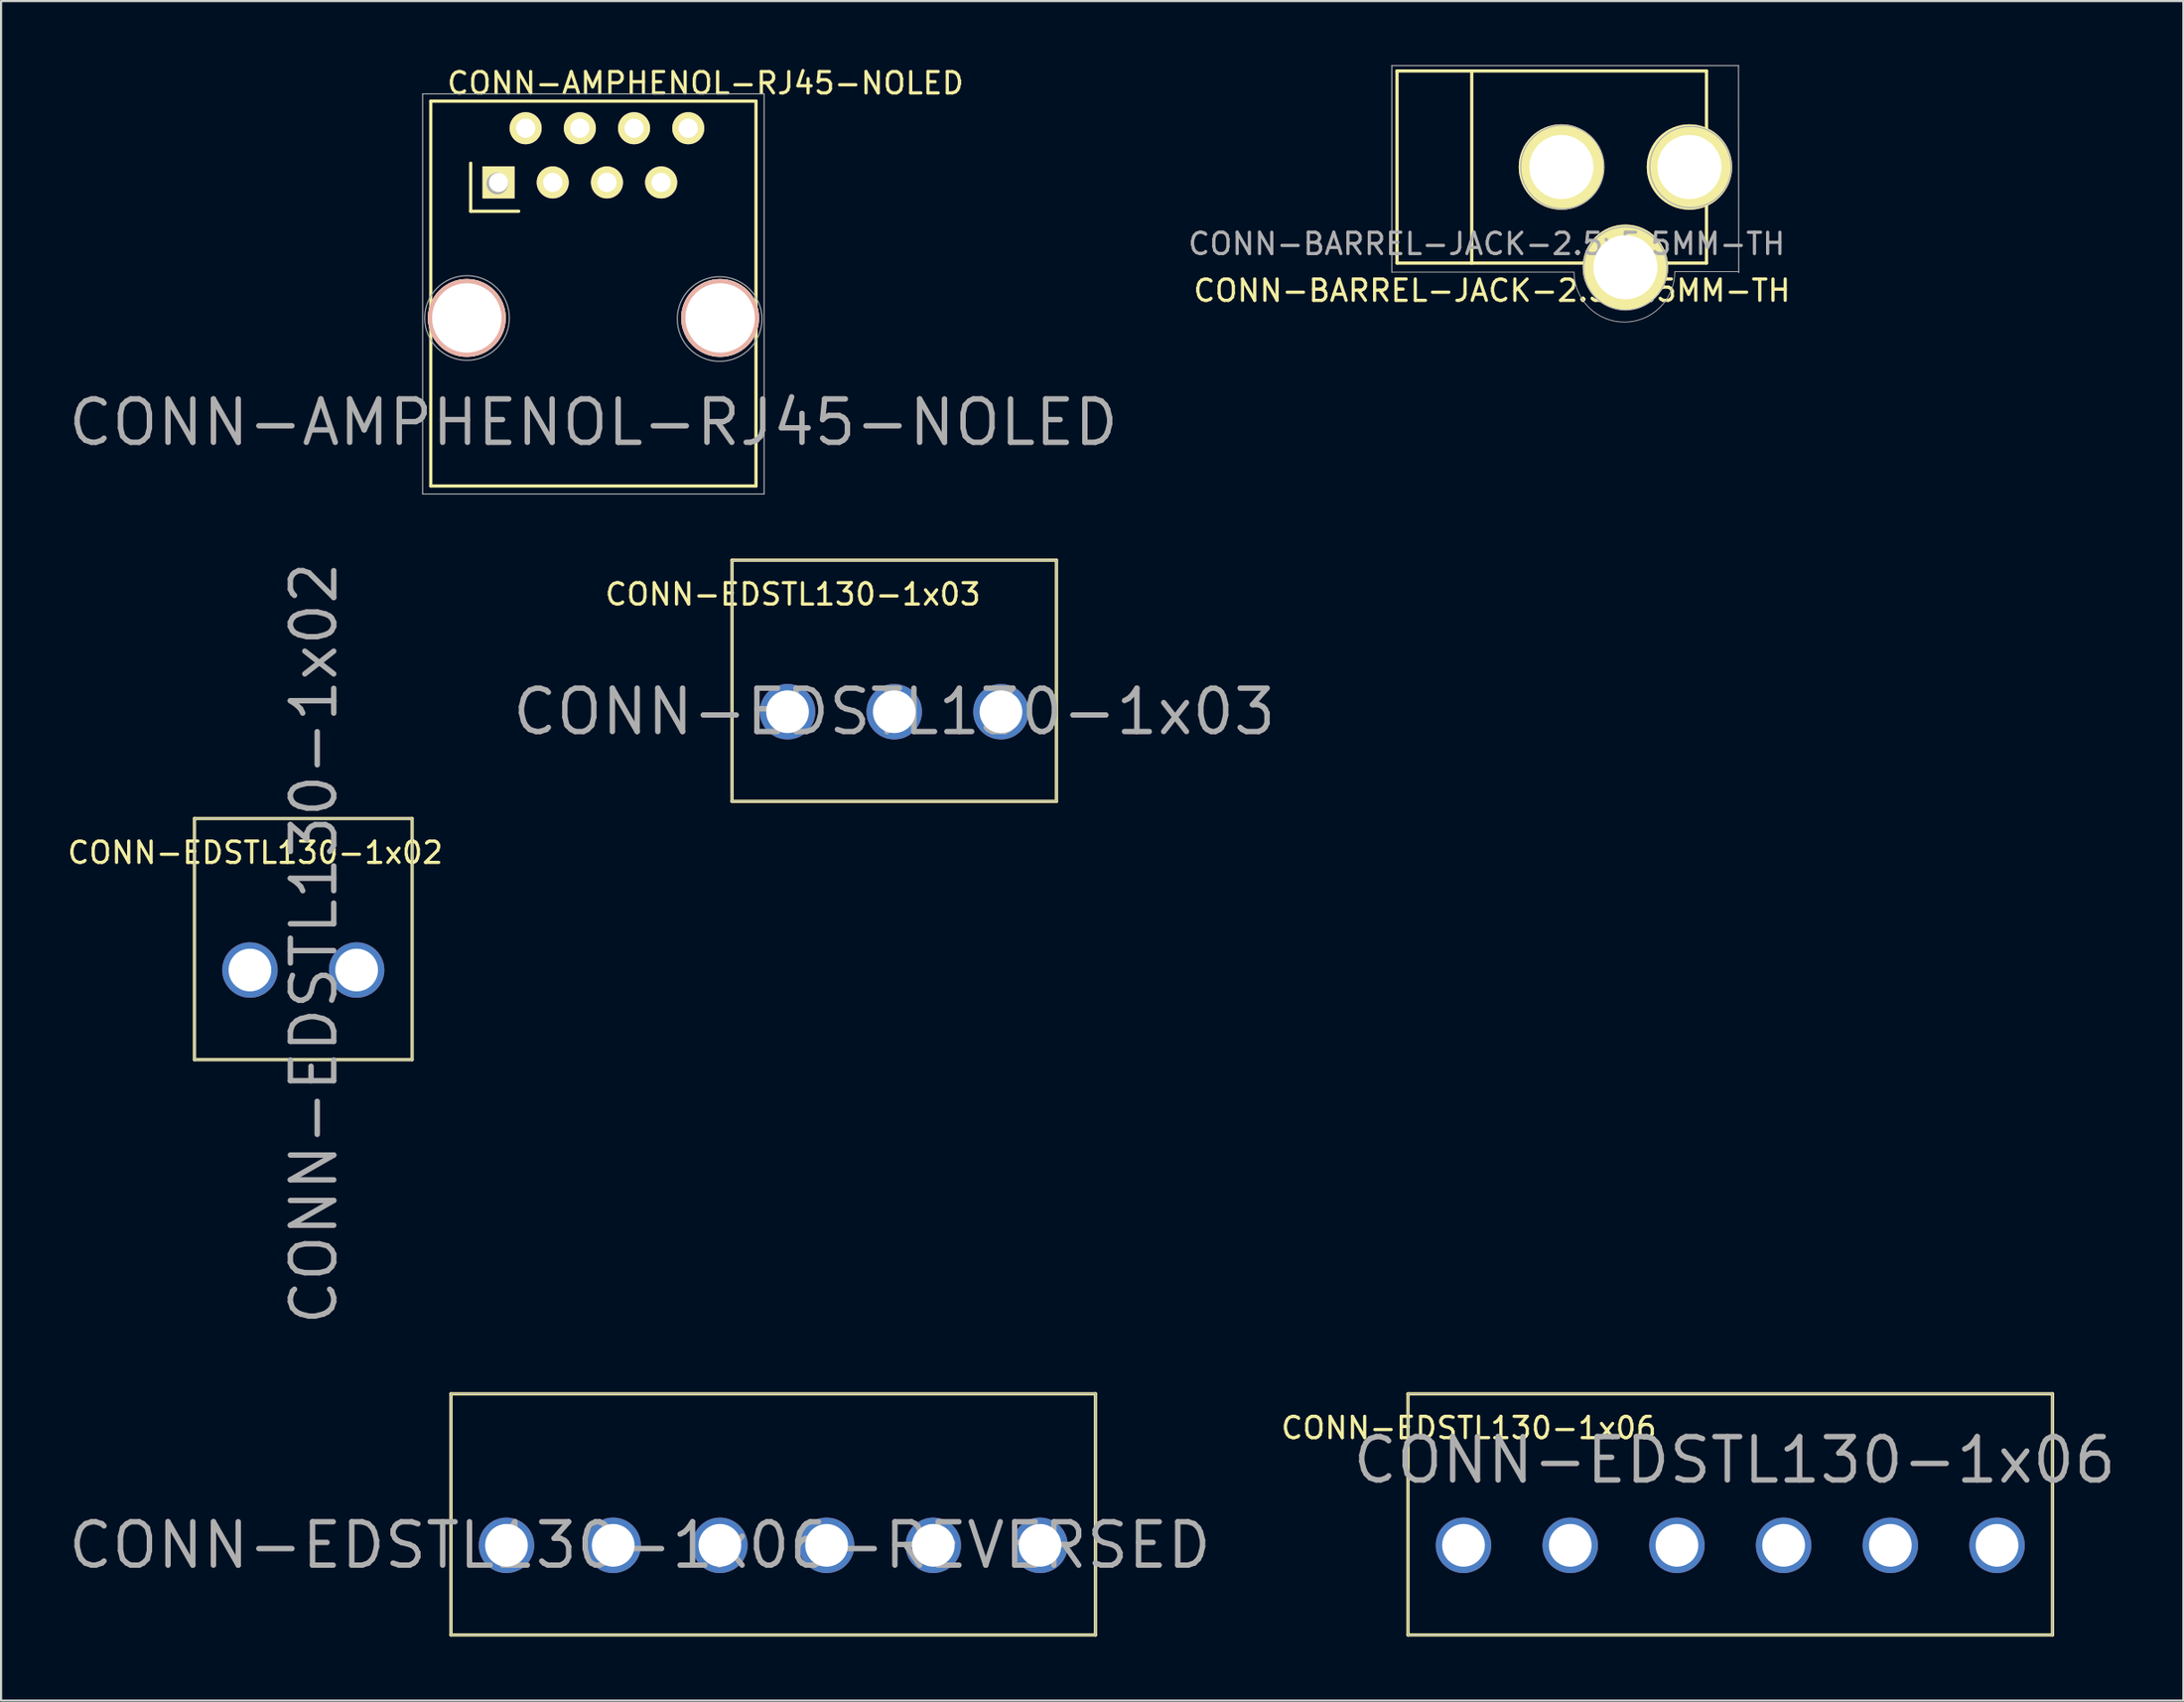
<source format=kicad_pcb>
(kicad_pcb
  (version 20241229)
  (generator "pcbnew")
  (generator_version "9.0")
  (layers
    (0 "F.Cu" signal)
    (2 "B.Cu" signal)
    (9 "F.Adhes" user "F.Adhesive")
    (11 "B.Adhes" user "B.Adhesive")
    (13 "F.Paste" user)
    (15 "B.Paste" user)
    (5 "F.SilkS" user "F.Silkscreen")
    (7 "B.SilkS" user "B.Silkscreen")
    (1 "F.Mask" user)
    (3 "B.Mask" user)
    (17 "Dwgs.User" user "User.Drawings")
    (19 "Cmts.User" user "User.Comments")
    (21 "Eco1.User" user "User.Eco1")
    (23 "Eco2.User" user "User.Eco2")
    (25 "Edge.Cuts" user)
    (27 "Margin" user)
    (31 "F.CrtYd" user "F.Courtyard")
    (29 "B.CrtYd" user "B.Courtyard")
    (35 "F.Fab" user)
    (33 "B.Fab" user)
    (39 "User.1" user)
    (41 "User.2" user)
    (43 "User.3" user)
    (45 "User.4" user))
  (footprint "CONN-EDSTL130-1x06-REVERSED"
    (layer "F.Cu")
    (at 32.747 67.911)
    (property "Reference" "CONN-EDSTL130-1x06-REVERSED" (at -5.815 1.45 0) (layer "F.Fab") (effects (font (size 2.032 2.032) (thickness 0.254))))
    (attr smd)
    (fp_line (start -14.665 -5.65) (end -14.665 5.65) (stroke (width 0.152) (type solid)) (layer "F.SilkS"))
    (fp_line (start -14.665 5.65) (end 15.535 5.65) (stroke (width 0.152) (type solid)) (layer "F.SilkS"))
    (fp_line (start 15.535 -5.65) (end -14.665 -5.65) (stroke (width 0.152) (type solid)) (layer "F.SilkS"))
    (fp_line (start 15.535 -5.65) (end 15.535 5.65) (stroke (width 0.152) (type solid)) (layer "F.SilkS"))
    (fp_line (start -14.665 -5.65) (end -14.665 5.65) (stroke (width 0.051) (type solid)) (layer "F.Fab"))
    (fp_line (start -14.665 5.65) (end 15.535 5.65) (stroke (width 0.051) (type solid)) (layer "F.Fab"))
    (fp_line (start 15.535 -5.65) (end -14.665 -5.65) (stroke (width 0.051) (type solid)) (layer "F.Fab"))
    (fp_line (start 15.535 -5.65) (end 15.535 5.65) (stroke (width 0.051) (type solid)) (layer "F.Fab"))
    (pad "1" thru_hole circle (at 12.935 1.45) (size 2.6 2.6) (drill 2) (layers "*.Cu" "*.Mask"))
    (pad "2" thru_hole circle (at 7.935 1.45) (size 2.6 2.6) (drill 2) (layers "*.Cu" "*.Mask"))
    (pad "3" thru_hole circle (at 2.935 1.45) (size 2.6 2.6) (drill 2) (layers "*.Cu" "*.Mask"))
    (pad "4" thru_hole circle (at -2.065 1.45) (size 2.6 2.6) (drill 2) (layers "*.Cu" "*.Mask"))
    (pad "5" thru_hole circle (at -7.065 1.45) (size 2.6 2.6) (drill 2) (layers "*.Cu" "*.Mask"))
    (pad "6" thru_hole circle (at -12.065 1.45) (size 2.6 2.6) (drill 2) (layers "*.Cu" "*.Mask")))
  (footprint "CONN-BARREL-JACK-2.5x5.5MM-TH"
    (layer "F.Cu")
    (at 76.112 4.876)
    (property "Reference" "CONN-BARREL-JACK-2.5x5.5MM-TH" (at -9.5 3.5 0) (layer "F.Fab") (effects (font (size 1 1) (thickness 0.15))))
    (attr smd)
    (fp_line (start -13.701 -4.601) (end -13.701 4.401) (stroke (width 0.15) (type solid)) (layer "F.SilkS"))
    (fp_line (start -13.701 4.401) (end 0.8 4.401) (stroke (width 0.15) (type solid)) (layer "F.SilkS"))
    (fp_line (start -10.2 -4.601) (end -10.2 4.401) (stroke (width 0.15) (type solid)) (layer "F.SilkS"))
    (fp_line (start 0.8 -4.601) (end -13.701 -4.601) (stroke (width 0.15) (type solid)) (layer "F.SilkS"))
    (fp_line (start 0.8 4.401) (end 0.8 -4.601) (stroke (width 0.15) (type solid)) (layer "F.SilkS"))
    (fp_line (start -13.945 -4.851) (end -13.945 4.826) (stroke (width 0.05) (type solid)) (layer "F.Fab"))
    (fp_line (start -13.945 4.826) (end -5.41 4.826) (stroke (width 0.041) (type solid)) (layer "F.Fab"))
    (fp_line (start -0.686 4.801) (end 2.311 4.801) (stroke (width 0.041) (type solid)) (layer "F.Fab"))
    (fp_line (start 2.3 -4.851) (end -13.945 -4.851) (stroke (width 0.05) (type solid)) (layer "F.Fab"))
    (fp_line (start 2.311 4.849) (end 2.3 -4.851) (stroke (width 0.05) (type solid)) (layer "F.Fab"))
    (fp_arc (start -0.6858 4.8006) (mid -3.035301 7.162766) (end -5.410063 4.825998) (stroke (width 0.04064) (type solid)) (layer "F.Fab"))
    (fp_circle (center -5.953 -0.1) (end -4.703 1.4) (stroke (width 0.05) (type solid)) (fill no) (layer "F.Fab"))
    (fp_circle (center -3 4.65) (end -1.5 5.9) (stroke (width 0.05) (type solid)) (fill no) (layer "F.Fab"))
    (fp_circle (center 0.05 -0.1) (end 0.8 1.65) (stroke (width 0.05) (type solid)) (fill no) (layer "F.Fab"))
    (fp_text user "${REFERENCE}" (at -9.251 5.691 0) (layer "F.SilkS") (effects (font (size 1 1) (thickness 0.15))))
    (pad "1" thru_hole circle (at 0.00014 -0.1) (size 4 4) (drill 3) (layers "*.Cu" "*.Mask" "F.SilkS"))
    (pad "2" thru_hole circle (at -5.999 -0.1) (size 4 4) (drill 3) (layers "*.Cu" "*.Mask" "F.SilkS"))
    (pad "3" thru_hole circle (at -3 4.599) (size 4 4) (drill 3) (layers "*.Cu" "*.Mask" "F.SilkS")))
  (footprint "CONN-EDSTL130-1x06"
    (layer "F.Cu")
    (at 78.226 67.911)
    (property "Reference" "CONN-EDSTL130-1x06" (at 0 -2.54 0) (layer "F.Fab") (effects (font (size 2.032 2.032) (thickness 0.254))))
    (attr smd)
    (fp_line (start -15.3 -5.65) (end -15.3 5.65) (stroke (width 0.152) (type solid)) (layer "F.SilkS"))
    (fp_line (start -15.3 5.65) (end 14.9 5.65) (stroke (width 0.152) (type solid)) (layer "F.SilkS"))
    (fp_line (start 14.9 -5.65) (end -15.3 -5.65) (stroke (width 0.152) (type solid)) (layer "F.SilkS"))
    (fp_line (start 14.9 -5.65) (end 14.9 5.65) (stroke (width 0.152) (type solid)) (layer "F.SilkS"))
    (fp_line (start -15.3 -5.65) (end -15.3 5.65) (stroke (width 0.051) (type solid)) (layer "F.Fab"))
    (fp_line (start -15.3 5.65) (end 14.9 5.65) (stroke (width 0.051) (type solid)) (layer "F.Fab"))
    (fp_line (start 14.9 -5.65) (end -15.3 -5.65) (stroke (width 0.051) (type solid)) (layer "F.Fab"))
    (fp_line (start 14.9 -5.65) (end 14.9 5.65) (stroke (width 0.051) (type solid)) (layer "F.Fab"))
    (fp_text user "${REFERENCE}" (at -12.45 -4.05 0) (layer "F.SilkS") (effects (font (size 1 1) (thickness 0.15))))
    (pad "1" thru_hole circle (at -12.7 1.45) (size 2.6 2.6) (drill 2) (layers "*.Cu" "*.Mask"))
    (pad "2" thru_hole circle (at -7.7 1.45) (size 2.6 2.6) (drill 2) (layers "*.Cu" "*.Mask"))
    (pad "3" thru_hole circle (at -2.7 1.45) (size 2.6 2.6) (drill 2) (layers "*.Cu" "*.Mask"))
    (pad "4" thru_hole circle (at 2.3 1.45) (size 2.6 2.6) (drill 2) (layers "*.Cu" "*.Mask"))
    (pad "5" thru_hole circle (at 7.3 1.45) (size 2.6 2.6) (drill 2) (layers "*.Cu" "*.Mask"))
    (pad "6" thru_hole circle (at 12.3 1.45) (size 2.6 2.6) (drill 2) (layers "*.Cu" "*.Mask")))
  (footprint "CONN-EDSTL130-1x03"
    (layer "F.Cu")
    (at 38.852 28.85)
    (property "Reference" "CONN-EDSTL130-1x03" (at 0 1.45 0) (layer "F.Fab") (effects (font (size 2.032 2.032) (thickness 0.254))))
    (attr smd)
    (fp_line (start -7.6 -5.65) (end -7.6 5.65) (stroke (width 0.152) (type solid)) (layer "F.SilkS"))
    (fp_line (start -7.6 5.65) (end 7.6 5.65) (stroke (width 0.152) (type solid)) (layer "F.SilkS"))
    (fp_line (start 7.6 -5.65) (end -7.6 -5.65) (stroke (width 0.152) (type solid)) (layer "F.SilkS"))
    (fp_line (start 7.6 -5.65) (end 7.6 5.65) (stroke (width 0.152) (type solid)) (layer "F.SilkS"))
    (fp_line (start -7.6 -5.65) (end -7.6 5.65) (stroke (width 0.051) (type solid)) (layer "F.Fab"))
    (fp_line (start -7.6 5.65) (end 7.6 5.65) (stroke (width 0.051) (type solid)) (layer "F.Fab"))
    (fp_line (start 7.6 -5.65) (end -7.6 -5.65) (stroke (width 0.051) (type solid)) (layer "F.Fab"))
    (fp_line (start 7.6 -5.65) (end 7.6 5.65) (stroke (width 0.051) (type solid)) (layer "F.Fab"))
    (fp_text user "${REFERENCE}" (at -4.75 -4.05 0) (layer "F.SilkS") (effects (font (size 1 1) (thickness 0.15))))
    (pad "1" thru_hole circle (at -5 1.45) (size 2.6 2.6) (drill 2) (layers "*.Cu" "*.Mask"))
    (pad "2" thru_hole circle (at 0 1.45) (size 2.6 2.6) (drill 2) (layers "*.Cu" "*.Mask"))
    (pad "3" thru_hole circle (at 5 1.45) (size 2.6 2.6) (drill 2) (layers "*.Cu" "*.Mask")))
  (footprint "CONN-EDSTL130-1x02"
    (layer "F.Cu")
    (at 11.201 40.954)
    (property "Reference" "CONN-EDSTL130-1x02" (at 0.46 0.2 90) (layer "F.Fab") (effects (font (size 2.032 2.032) (thickness 0.254))))
    (attr smd)
    (fp_line (start -5.14 -5.65) (end -5.14 5.65) (stroke (width 0.152) (type solid)) (layer "F.SilkS"))
    (fp_line (start -5.14 5.65) (end 5.06 5.65) (stroke (width 0.152) (type solid)) (layer "F.SilkS"))
    (fp_line (start 5.06 -5.65) (end -5.14 -5.65) (stroke (width 0.152) (type solid)) (layer "F.SilkS"))
    (fp_line (start 5.06 -5.65) (end 5.06 5.65) (stroke (width 0.152) (type solid)) (layer "F.SilkS"))
    (fp_line (start -5.14 -5.65) (end -5.14 5.65) (stroke (width 0.051) (type solid)) (layer "F.Fab"))
    (fp_line (start -5.14 5.65) (end 5.06 5.65) (stroke (width 0.051) (type solid)) (layer "F.Fab"))
    (fp_line (start 5.06 -5.65) (end -5.14 -5.65) (stroke (width 0.051) (type solid)) (layer "F.Fab"))
    (fp_line (start 5.06 -5.65) (end 5.06 5.65) (stroke (width 0.051) (type solid)) (layer "F.Fab"))
    (fp_text user "${REFERENCE}" (at -2.29 -4.05 0) (layer "F.SilkS") (effects (font (size 1 1) (thickness 0.15))))
    (pad "1" thru_hole circle (at -2.54 1.45) (size 2.6 2.6) (drill 2) (layers "*.Cu" "*.Mask"))
    (pad "2" thru_hole circle (at 2.46 1.45) (size 2.6 2.6) (drill 2) (layers "*.Cu" "*.Mask")))
  (footprint "CONN-AMPHENOL-RJ45-NOLED"
    (layer "F.Cu")
    (at 20.255 5.548)
    (property "Reference" "CONN-AMPHENOL-RJ45-NOLED" (at 4.5 11.2 0) (layer "F.Fab") (effects (font (size 2.032 2.032) (thickness 0.254))))
    (attr smd)
    (fp_line (start -3.12 -3.86) (end -3.12 14.174) (stroke (width 0.15) (type solid)) (layer "F.SilkS"))
    (fp_line (start -3.12 14.174) (end 12.12 14.174) (stroke (width 0.15) (type solid)) (layer "F.SilkS"))
    (fp_line (start -1.25 -0.95) (end -1.25 1.3) (stroke (width 0.152) (type solid)) (layer "F.SilkS"))
    (fp_line (start -1.25 1.3) (end 1 1.3) (stroke (width 0.152) (type solid)) (layer "F.SilkS"))
    (fp_line (start 12.12 -3.86) (end -3.12 -3.86) (stroke (width 0.15) (type solid)) (layer "F.SilkS"))
    (fp_line (start 12.12 14.174) (end 12.12 -3.86) (stroke (width 0.15) (type solid)) (layer "F.SilkS"))
    (fp_line (start -3.5 -4.2) (end -3.5 14.55) (stroke (width 0.051) (type solid)) (layer "F.Fab"))
    (fp_line (start -3.5 14.55) (end 12.5 14.55) (stroke (width 0.051) (type solid)) (layer "F.Fab"))
    (fp_line (start 12.5 -4.2) (end -3.5 -4.2) (stroke (width 0.051) (type solid)) (layer "F.Fab"))
    (fp_line (start 12.5 14.55) (end 12.5 -4.2) (stroke (width 0.051) (type solid)) (layer "F.Fab"))
    (fp_circle (center -1.422 6.302) (end -2.692 7.826) (stroke (width 0.05) (type solid)) (fill no) (layer "F.Fab"))
    (fp_circle (center 0 0) (end 0 0.254) (stroke (width 0.508) (type solid)) (fill no) (layer "F.Fab"))
    (fp_circle (center 10.414 6.35) (end 9.144 7.874) (stroke (width 0.05) (type solid)) (fill no) (layer "F.Fab"))
    (fp_text user "${REFERENCE}" (at 9.75 -4.7 0) (layer "F.SilkS") (effects (font (size 1 1) (thickness 0.15))))
    (pad "" np_thru_hole circle (at -1.431 6.3) (size 3.65 3.65) (drill 3.251) (layers "*.Cu" "*.SilkS" "*.Mask"))
    (pad "" np_thru_hole circle (at 10.439 6.3) (size 3.65 3.65) (drill 3.251) (layers "*.Cu" "*.SilkS" "*.Mask"))
    (pad "1" thru_hole rect (at 0.055 -0.05) (size 1.501 1.501) (drill 0.899) (layers "*.Cu" "*.Mask" "F.SilkS"))
    (pad "2" thru_hole circle (at 1.325 -2.59) (size 1.501 1.501) (drill 0.899) (layers "*.Cu" "*.Mask" "F.SilkS"))
    (pad "3" thru_hole circle (at 2.595 -0.05) (size 1.501 1.501) (drill 0.899) (layers "*.Cu" "*.Mask" "F.SilkS"))
    (pad "4" thru_hole circle (at 3.865 -2.59) (size 1.501 1.501) (drill 0.899) (layers "*.Cu" "*.Mask" "F.SilkS"))
    (pad "5" thru_hole circle (at 5.135 -0.05) (size 1.501 1.501) (drill 0.899) (layers "*.Cu" "*.Mask" "F.SilkS"))
    (pad "6" thru_hole circle (at 6.405 -2.59) (size 1.501 1.501) (drill 0.899) (layers "*.Cu" "*.Mask" "F.SilkS"))
    (pad "7" thru_hole circle (at 7.675 -0.05) (size 1.501 1.501) (drill 0.899) (layers "*.Cu" "*.Mask" "F.SilkS"))
    (pad "8" thru_hole circle (at 8.945 -2.59) (size 1.501 1.501) (drill 0.899) (layers "*.Cu" "*.Mask" "F.SilkS")))
  (gr_rect
    (start -3 -3)
    (end 99.256 76.637)
    (stroke (width 0.1) (type default))
    (fill no)
    (layer "Edge.Cuts")))
</source>
